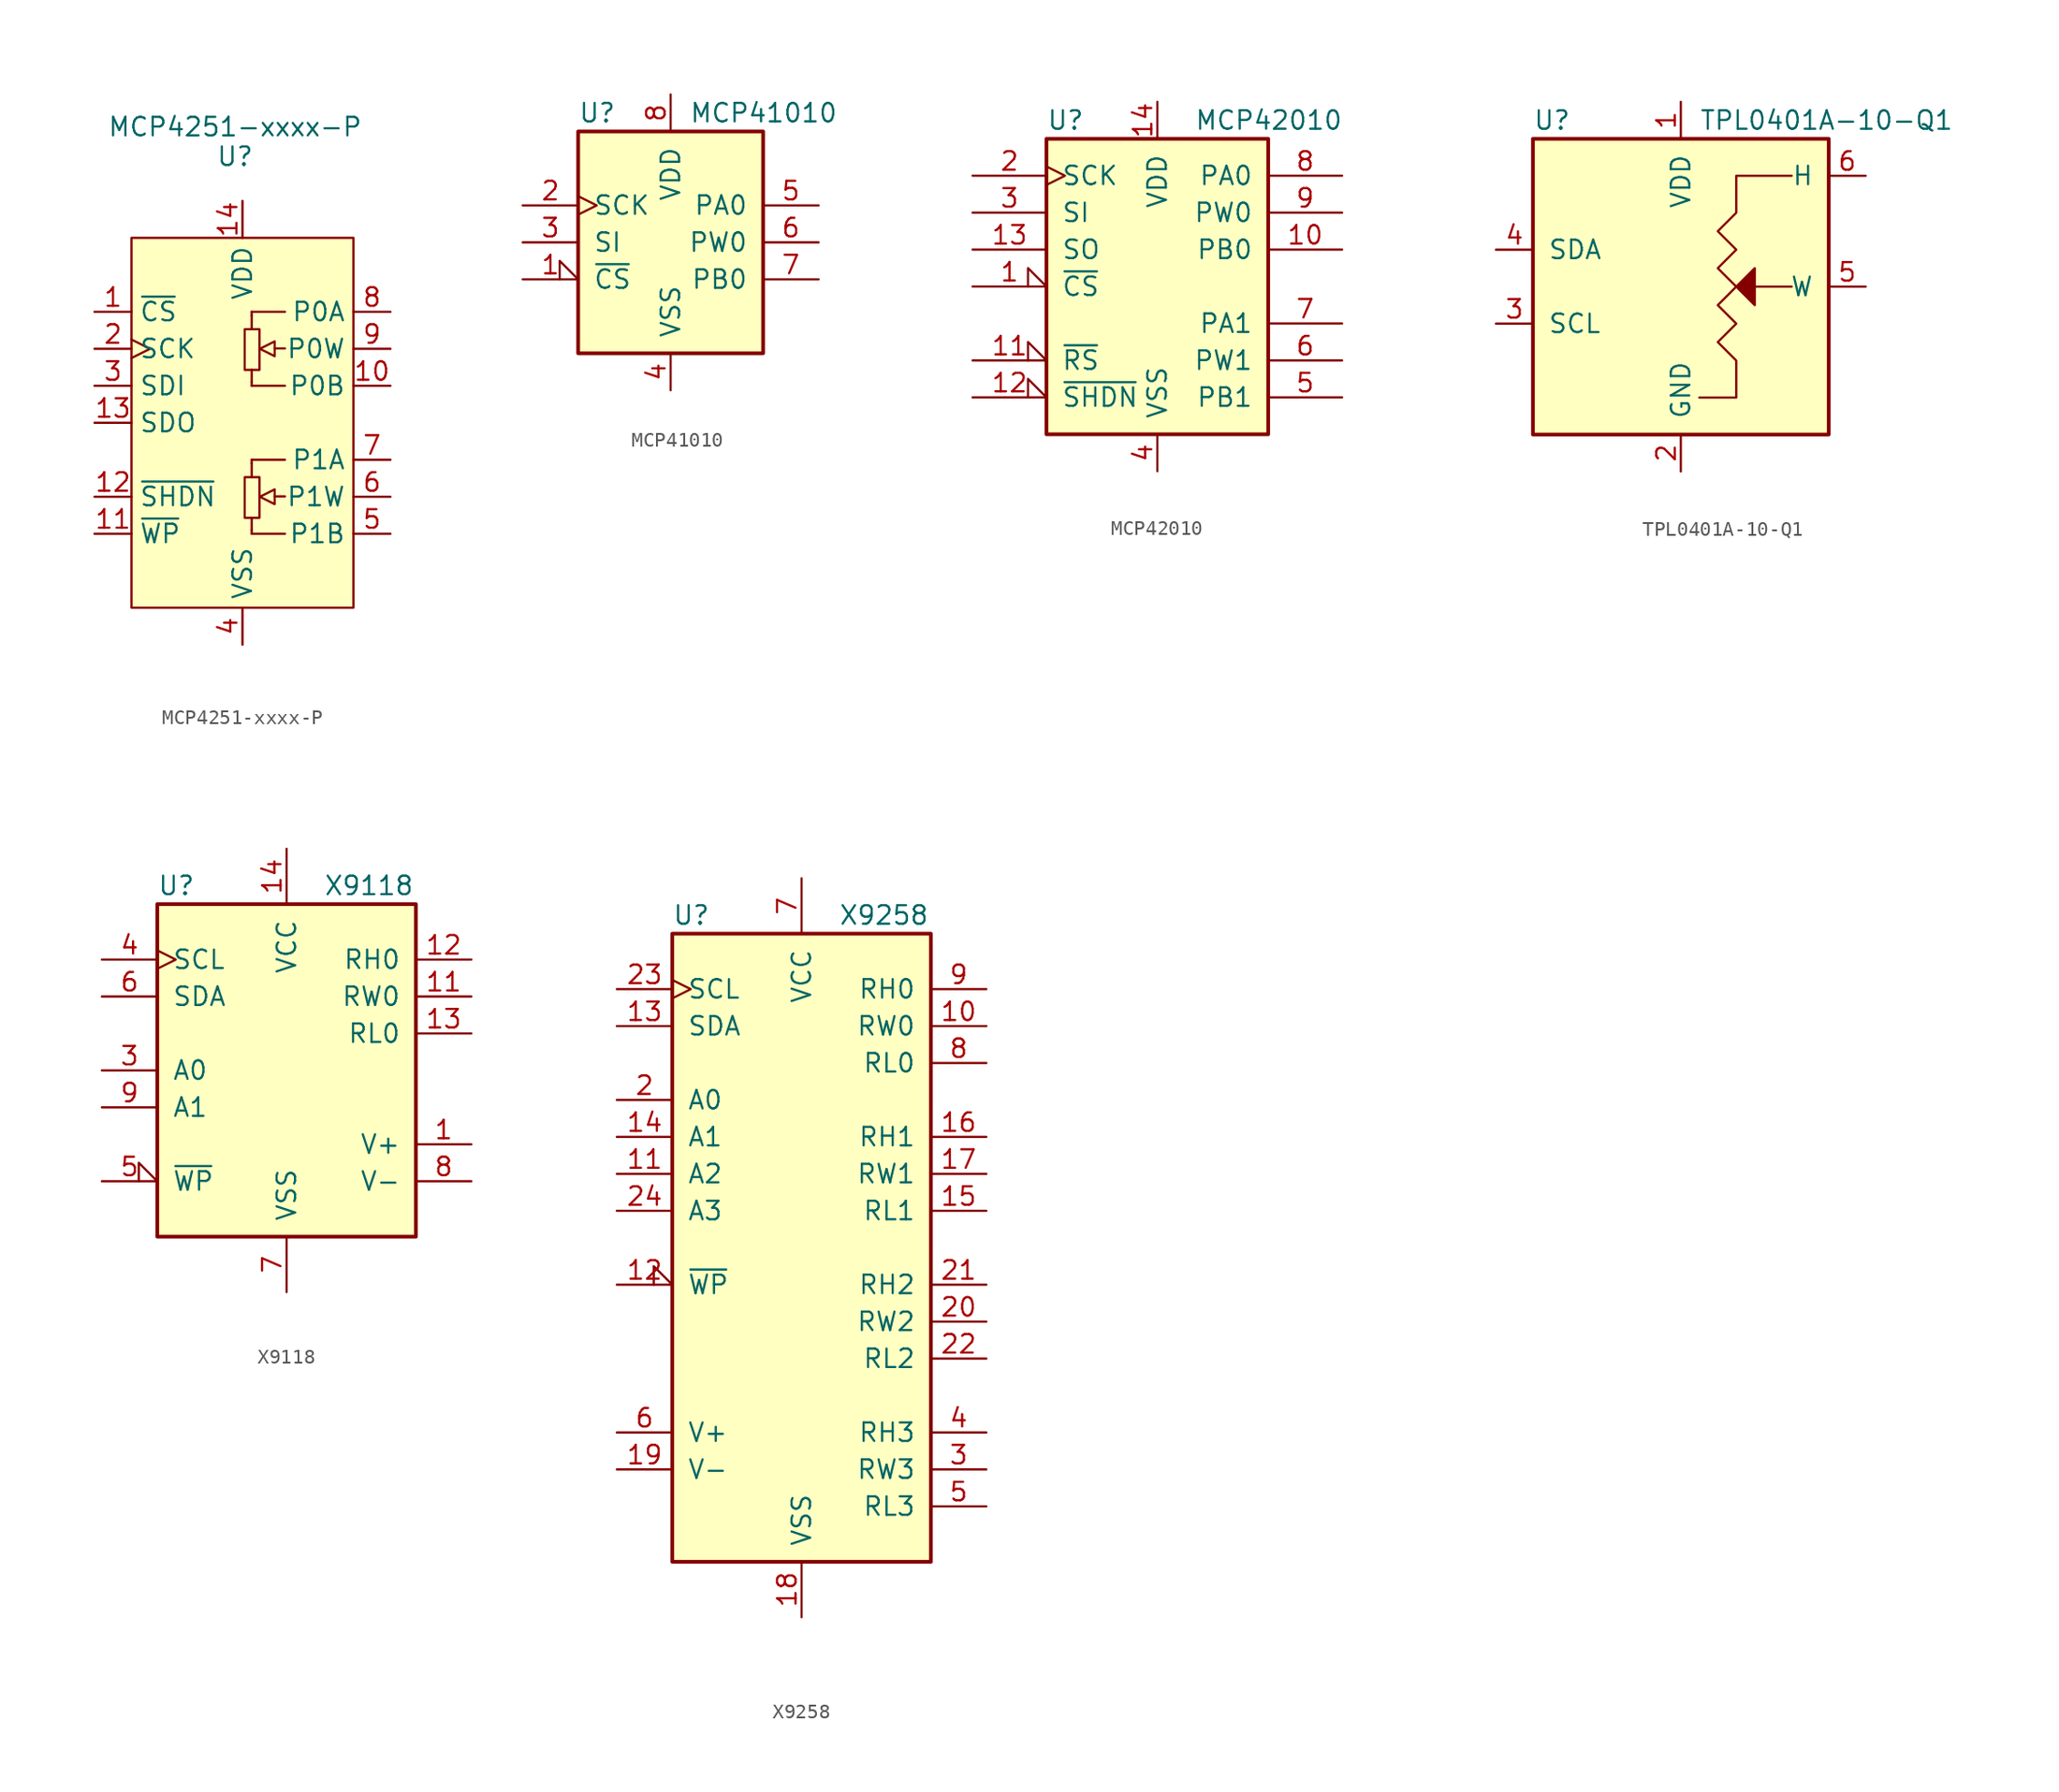
<source format=kicad_sym>
(kicad_symbol_lib
  (version 20200908)
  (generator kicad_symbol_editor)
  (symbol "Potentiometer_Digital:MCP4251-xxxx-P"
    (property "Reference" "U"
      (at -0.508 18.288 0)
      (effects (font (size 1.27 1.27))))
    (property "Value" "MCP4251-xxxx-P"
      (at -0.508 20.32 0)
      (effects (font (size 1.27 1.27))))
    (symbol "MCP4251-xxxx-P_1_1"
      (rectangle (start 0.152 -3.734) (end 1.168 -6.528) (stroke (width 0)) (fill (type none)))
      (rectangle (start 0.152 6.426) (end 1.168 3.632) (stroke (width 0)) (fill (type none)))
      (polyline (pts (xy 0.635 -7.366) (xy 0.635 -6.528)) (stroke (width 0)) (fill (type none)))
      (polyline (pts (xy 0.635 -2.769) (xy 0.635 -3.708)) (stroke (width 0)) (fill (type none)))
      (polyline (pts (xy 0.635 2.794) (xy 0.635 3.632)) (stroke (width 0)) (fill (type none)))
      (polyline (pts (xy 0.635 7.391) (xy 0.635 6.452)) (stroke (width 0)) (fill (type none)))
      (polyline (pts (xy 2.21 -5.055) (xy 2.921 -5.055)) (stroke (width 0)) (fill (type none)))
      (polyline (pts (xy 2.21 5.105) (xy 2.921 5.105)) (stroke (width 0)) (fill (type none)))
      (polyline (pts (xy 0.635 -7.62) (xy 0.635 -7.366) (xy 0.635 -7.366)) (stroke (width 0)) (fill (type background)))
      (polyline (pts (xy 0.635 -7.62) (xy 2.921 -7.62) (xy 2.921 -7.62)) (stroke (width 0)) (fill (type background)))
      (polyline (pts (xy 0.635 -2.54) (xy 0.635 -2.794) (xy 0.635 -2.794)) (stroke (width 0)) (fill (type none)))
      (polyline (pts (xy 0.635 -2.54) (xy 2.921 -2.54) (xy 2.921 -2.54)) (stroke (width 0)) (fill (type background)))
      (polyline (pts (xy 0.635 2.54) (xy 0.635 2.794) (xy 0.635 2.794)) (stroke (width 0)) (fill (type background)))
      (polyline (pts (xy 0.635 2.54) (xy 2.921 2.54) (xy 2.921 2.54)) (stroke (width 0)) (fill (type background)))
      (polyline (pts (xy 0.635 7.62) (xy 0.635 7.366) (xy 0.635 7.366)) (stroke (width 0)) (fill (type none)))
      (polyline (pts (xy 0.635 7.62) (xy 2.921 7.62) (xy 2.921 7.62)) (stroke (width 0)) (fill (type background)))
      (polyline (pts (xy 2.21 -4.572) (xy 2.21 -5.588) (xy 1.194 -5.08) (xy 2.21 -4.572) (xy 2.21 -4.572)) (stroke (width 0)) (fill (type background)))
      (polyline (pts (xy 2.21 5.588) (xy 2.21 4.572) (xy 1.194 5.08) (xy 2.21 5.588) (xy 2.21 5.588)) (stroke (width 0)) (fill (type background)))
      (pin input line (at -10.16 7.62 0) (length 2.54) (name "~CS" (effects (font (size 1.27 1.27)))) (number "1" (effects (font (size 1.27 1.27)))))
      (pin passive line (at 10.16 2.54 180) (length 2.54) (name "P0B" (effects (font (size 1.27 1.27)))) (number "10" (effects (font (size 1.27 1.27)))))
      (pin input line (at -10.16 -7.62 0) (length 2.54) (name "~WP" (effects (font (size 1.27 1.27)))) (number "11" (effects (font (size 1.27 1.27)))))
      (pin input line (at -10.16 -5.08 0) (length 2.54) (name "~SHDN" (effects (font (size 1.27 1.27)))) (number "12" (effects (font (size 1.27 1.27)))))
      (pin output line (at -10.16 0 0) (length 2.54) (name "SDO" (effects (font (size 1.27 1.27)))) (number "13" (effects (font (size 1.27 1.27)))))
      (pin power_in line (at 0 15.24 270) (length 2.54) (name "VDD" (effects (font (size 1.27 1.27)))) (number "14" (effects (font (size 1.27 1.27)))))
      (pin input clock (at -10.16 5.08 0) (length 2.54) (name "SCK" (effects (font (size 1.27 1.27)))) (number "2" (effects (font (size 1.27 1.27)))))
      (pin input line (at -10.16 2.54 0) (length 2.54) (name "SDI" (effects (font (size 1.27 1.27)))) (number "3" (effects (font (size 1.27 1.27)))))
      (pin power_in line (at 0 -15.24 90) (length 2.54) (name "VSS" (effects (font (size 1.27 1.27)))) (number "4" (effects (font (size 1.27 1.27)))))
      (pin passive line (at 10.16 -7.62 180) (length 2.54) (name "P1B" (effects (font (size 1.27 1.27)))) (number "5" (effects (font (size 1.27 1.27)))))
      (pin passive line (at 10.16 -5.08 180) (length 2.54) (name "P1W" (effects (font (size 1.27 1.27)))) (number "6" (effects (font (size 1.27 1.27)))))
      (pin passive line (at 10.16 -2.54 180) (length 2.54) (name "P1A" (effects (font (size 1.27 1.27)))) (number "7" (effects (font (size 1.27 1.27)))))
      (pin passive line (at 10.16 7.62 180) (length 2.54) (name "P0A" (effects (font (size 1.27 1.27)))) (number "8" (effects (font (size 1.27 1.27)))))
      (pin passive line (at 10.16 5.08 180) (length 2.54) (name "P0W" (effects (font (size 1.27 1.27)))) (number "9" (effects (font (size 1.27 1.27))))))
    (symbol "MCP4251-xxxx-P_0_1"
      (polyline (pts (xy 0 12.7) (xy 7.62 12.7) (xy 7.62 0) (xy 7.62 -12.7) (xy -7.62 -12.7) (xy -7.62 12.7) (xy 0 12.7)) (stroke (width 0)) (fill (type background)))))
  (symbol "Potentiometer_Digital:MCP41010"
    (pin_names
      (offset 1.016))
    (property "Reference" "U"
      (at -6.35 8.89 0)
      (effects (font (size 1.27 1.27)) (justify left)))
    (property "Value" "MCP41010"
      (at 1.27 8.89 0)
      (effects (font (size 1.27 1.27)) (justify left)))
    (symbol "MCP41010_0_1"
      (rectangle (start -6.35 7.62) (end 6.35 -7.62) (stroke (width 0.254)) (fill (type background))))
    (symbol "MCP41010_1_1"
      (pin input input_low (at -10.16 -2.54 0) (length 3.81) (name "~CS" (effects (font (size 1.27 1.27)))) (number "1" (effects (font (size 1.27 1.27)))))
      (pin passive clock (at -10.16 2.54 0) (length 3.81) (name "SCK" (effects (font (size 1.27 1.27)))) (number "2" (effects (font (size 1.27 1.27)))))
      (pin input line (at -10.16 0 0) (length 3.81) (name "SI" (effects (font (size 1.27 1.27)))) (number "3" (effects (font (size 1.27 1.27)))))
      (pin power_in line (at 0 -10.16 90) (length 2.54) (name "VSS" (effects (font (size 1.27 1.27)))) (number "4" (effects (font (size 1.27 1.27)))))
      (pin passive line (at 10.16 2.54 180) (length 3.81) (name "PA0" (effects (font (size 1.27 1.27)))) (number "5" (effects (font (size 1.27 1.27)))))
      (pin passive line (at 10.16 0 180) (length 3.81) (name "PW0" (effects (font (size 1.27 1.27)))) (number "6" (effects (font (size 1.27 1.27)))))
      (pin passive line (at 10.16 -2.54 180) (length 3.81) (name "PB0" (effects (font (size 1.27 1.27)))) (number "7" (effects (font (size 1.27 1.27)))))
      (pin power_in line (at 0 10.16 270) (length 2.54) (name "VDD" (effects (font (size 1.27 1.27)))) (number "8" (effects (font (size 1.27 1.27)))))))
  (symbol "Potentiometer_Digital:MCP42010"
    (pin_names
      (offset 1.016))
    (property "Reference" "U"
      (at -7.62 11.43 0)
      (effects (font (size 1.27 1.27)) (justify left)))
    (property "Value" "MCP42010"
      (at 2.54 11.43 0)
      (effects (font (size 1.27 1.27)) (justify left)))
    (symbol "MCP42010_0_1"
      (rectangle (start -7.62 10.16) (end 7.62 -10.16) (stroke (width 0.254)) (fill (type background))))
    (symbol "MCP42010_1_1"
      (pin input input_low (at -12.7 0 0) (length 5.08) (name "~CS" (effects (font (size 1.27 1.27)))) (number "1" (effects (font (size 1.27 1.27)))))
      (pin passive line (at 12.7 2.54 180) (length 5.08) (name "PB0" (effects (font (size 1.27 1.27)))) (number "10" (effects (font (size 1.27 1.27)))))
      (pin input input_low (at -12.7 -5.08 0) (length 5.08) (name "~RS" (effects (font (size 1.27 1.27)))) (number "11" (effects (font (size 1.27 1.27)))))
      (pin input input_low (at -12.7 -7.62 0) (length 5.08) (name "~SHDN" (effects (font (size 1.27 1.27)))) (number "12" (effects (font (size 1.27 1.27)))))
      (pin output line (at -12.7 2.54 0) (length 5.08) (name "SO" (effects (font (size 1.27 1.27)))) (number "13" (effects (font (size 1.27 1.27)))))
      (pin power_in line (at 0 12.7 270) (length 2.54) (name "VDD" (effects (font (size 1.27 1.27)))) (number "14" (effects (font (size 1.27 1.27)))))
      (pin input clock (at -12.7 7.62 0) (length 5.08) (name "SCK" (effects (font (size 1.27 1.27)))) (number "2" (effects (font (size 1.27 1.27)))))
      (pin input line (at -12.7 5.08 0) (length 5.08) (name "SI" (effects (font (size 1.27 1.27)))) (number "3" (effects (font (size 1.27 1.27)))))
      (pin power_in line (at 0 -12.7 90) (length 2.54) (name "VSS" (effects (font (size 1.27 1.27)))) (number "4" (effects (font (size 1.27 1.27)))))
      (pin passive line (at 12.7 -7.62 180) (length 5.08) (name "PB1" (effects (font (size 1.27 1.27)))) (number "5" (effects (font (size 1.27 1.27)))))
      (pin passive line (at 12.7 -5.08 180) (length 5.08) (name "PW1" (effects (font (size 1.27 1.27)))) (number "6" (effects (font (size 1.27 1.27)))))
      (pin passive line (at 12.7 -2.54 180) (length 5.08) (name "PA1" (effects (font (size 1.27 1.27)))) (number "7" (effects (font (size 1.27 1.27)))))
      (pin passive line (at 12.7 7.62 180) (length 5.08) (name "PA0" (effects (font (size 1.27 1.27)))) (number "8" (effects (font (size 1.27 1.27)))))
      (pin passive line (at 12.7 5.08 180) (length 5.08) (name "PW0" (effects (font (size 1.27 1.27)))) (number "9" (effects (font (size 1.27 1.27)))))))
  (symbol "Potentiometer_Digital:TPL0401A-10-Q1"
    (pin_names
      (offset 1.016))
    (property "Reference" "U"
      (at -10.16 11.43 0)
      (effects (font (size 1.27 1.27)) (justify left)))
    (property "Value" "TPL0401A-10-Q1"
      (at 1.27 11.43 0)
      (effects (font (size 1.27 1.27)) (justify left)))
    (symbol "TPL0401A-10-Q1_1_1"
      (rectangle (start -10.16 10.16) (end 10.16 -10.16) (stroke (width 0.254)) (fill (type background)))
      (pin power_in line (at 0 12.7 270) (length 2.54) (name "VDD" (effects (font (size 1.27 1.27)))) (number "1" (effects (font (size 1.27 1.27)))))
      (pin power_in line (at 0 -12.7 90) (length 2.54) (name "GND" (effects (font (size 1.27 1.27)))) (number "2" (effects (font (size 1.27 1.27)))))
      (pin input line (at -12.7 -2.54 0) (length 2.54) (name "SCL" (effects (font (size 1.27 1.27)))) (number "3" (effects (font (size 1.27 1.27)))))
      (pin bidirectional line (at -12.7 2.54 0) (length 2.54) (name "SDA" (effects (font (size 1.27 1.27)))) (number "4" (effects (font (size 1.27 1.27)))))
      (pin passive line (at 12.7 0 180) (length 2.54) (name "W" (effects (font (size 1.27 1.27)))) (number "5" (effects (font (size 1.27 1.27)))))
      (pin passive line (at 12.7 7.62 180) (length 2.54) (name "H" (effects (font (size 1.27 1.27)))) (number "6" (effects (font (size 1.27 1.27))))))
    (symbol "TPL0401A-10-Q1_0_1"
      (polyline (pts (xy 7.62 0) (xy 5.08 0)) (stroke (width 0)) (fill (type none)))
      (polyline (pts (xy 5.08 -1.27) (xy 5.08 1.27) (xy 3.81 0) (xy 5.08 -1.27) (xy 5.08 -1.27)) (stroke (width 0)) (fill (type outline)))
      (polyline (pts (xy 7.62 7.62) (xy 3.81 7.62) (xy 3.81 5.08) (xy 2.54 3.81) (xy 3.81 2.54) (xy 2.54 1.27) (xy 3.81 0) (xy 2.54 -1.27) (xy 3.81 -2.54) (xy 2.54 -3.81) (xy 3.81 -5.08) (xy 3.81 -7.62) (xy 1.27 -7.62)) (stroke (width 0)) (fill (type none)))))
  (symbol "Potentiometer_Digital:X9118"
    (pin_names
      (offset 1.016))
    (property "Reference" "U"
      (at -8.89 12.7 0)
      (effects (font (size 1.27 1.27)) (justify left)))
    (property "Value" "X9118"
      (at 2.54 12.7 0)
      (effects (font (size 1.27 1.27)) (justify left)))
    (symbol "X9118_0_1"
      (rectangle (start -8.89 11.43) (end 8.89 -11.43) (stroke (width 0.254)) (fill (type background))))
    (symbol "X9118_0_0"
      (pin passive line (at 12.7 -5.08 180) (length 3.81) (name "V+" (effects (font (size 1.27 1.27)))) (number "1" (effects (font (size 1.27 1.27)))))
      (pin power_in line (at 0 15.24 270) (length 3.81) (name "VCC" (effects (font (size 1.27 1.27)))) (number "14" (effects (font (size 1.27 1.27)))))
      (pin input line (at -12.7 0 0) (length 3.81) (name "A0" (effects (font (size 1.27 1.27)))) (number "3" (effects (font (size 1.27 1.27)))))
      (pin input clock (at -12.7 7.62 0) (length 3.81) (name "SCL" (effects (font (size 1.27 1.27)))) (number "4" (effects (font (size 1.27 1.27)))))
      (pin bidirectional line (at -12.7 5.08 0) (length 3.81) (name "SDA" (effects (font (size 1.27 1.27)))) (number "6" (effects (font (size 1.27 1.27)))))
      (pin power_in line (at 0 -15.24 90) (length 3.81) (name "VSS" (effects (font (size 1.27 1.27)))) (number "7" (effects (font (size 1.27 1.27)))))
      (pin passive line (at 12.7 -7.62 180) (length 3.81) (name "V-" (effects (font (size 1.27 1.27)))) (number "8" (effects (font (size 1.27 1.27)))))
      (pin input line (at -12.7 -2.54 0) (length 3.81) (name "A1" (effects (font (size 1.27 1.27)))) (number "9" (effects (font (size 1.27 1.27))))))
    (symbol "X9118_1_1"
      (pin passive line (at 12.7 5.08 180) (length 3.81) (name "RW0" (effects (font (size 1.27 1.27)))) (number "11" (effects (font (size 1.27 1.27)))))
      (pin passive line (at 12.7 7.62 180) (length 3.81) (name "RH0" (effects (font (size 1.27 1.27)))) (number "12" (effects (font (size 1.27 1.27)))))
      (pin passive line (at 12.7 2.54 180) (length 3.81) (name "RL0" (effects (font (size 1.27 1.27)))) (number "13" (effects (font (size 1.27 1.27)))))
      (pin input input_low (at -12.7 -7.62 0) (length 3.81) (name "~WP" (effects (font (size 1.27 1.27)))) (number "5" (effects (font (size 1.27 1.27)))))))
  (symbol "Potentiometer_Digital:X9258"
    (pin_names
      (offset 1.016))
    (property "Reference" "U"
      (at -8.89 22.86 0)
      (effects (font (size 1.27 1.27)) (justify left)))
    (property "Value" "X9258"
      (at 2.54 22.86 0)
      (effects (font (size 1.27 1.27)) (justify left)))
    (symbol "X9258_0_1"
      (rectangle (start -8.89 21.59) (end 8.89 -21.59) (stroke (width 0.254)) (fill (type background))))
    (symbol "X9258_0_0"
      (pin input line (at -12.7 5.08 0) (length 3.81) (name "A2" (effects (font (size 1.27 1.27)))) (number "11" (effects (font (size 1.27 1.27)))))
      (pin bidirectional line (at -12.7 15.24 0) (length 3.81) (name "SDA" (effects (font (size 1.27 1.27)))) (number "13" (effects (font (size 1.27 1.27)))))
      (pin input line (at -12.7 7.62 0) (length 3.81) (name "A1" (effects (font (size 1.27 1.27)))) (number "14" (effects (font (size 1.27 1.27)))))
      (pin power_in line (at 0 -25.4 90) (length 3.81) (name "VSS" (effects (font (size 1.27 1.27)))) (number "18" (effects (font (size 1.27 1.27)))))
      (pin passive line (at -12.7 -15.24 0) (length 3.81) (name "V-" (effects (font (size 1.27 1.27)))) (number "19" (effects (font (size 1.27 1.27)))))
      (pin input line (at -12.7 10.16 0) (length 3.81) (name "A0" (effects (font (size 1.27 1.27)))) (number "2" (effects (font (size 1.27 1.27)))))
      (pin input clock (at -12.7 17.78 0) (length 3.81) (name "SCL" (effects (font (size 1.27 1.27)))) (number "23" (effects (font (size 1.27 1.27)))))
      (pin input line (at -12.7 2.54 0) (length 3.81) (name "A3" (effects (font (size 1.27 1.27)))) (number "24" (effects (font (size 1.27 1.27)))))
      (pin passive line (at -12.7 -12.7 0) (length 3.81) (name "V+" (effects (font (size 1.27 1.27)))) (number "6" (effects (font (size 1.27 1.27)))))
      (pin power_in line (at 0 25.4 270) (length 3.81) (name "VCC" (effects (font (size 1.27 1.27)))) (number "7" (effects (font (size 1.27 1.27))))))
    (symbol "X9258_1_1"
      (pin passive line (at 12.7 15.24 180) (length 3.81) (name "RW0" (effects (font (size 1.27 1.27)))) (number "10" (effects (font (size 1.27 1.27)))))
      (pin input input_low (at -12.7 -2.54 0) (length 3.81) (name "~WP" (effects (font (size 1.27 1.27)))) (number "12" (effects (font (size 1.27 1.27)))))
      (pin passive line (at 12.7 2.54 180) (length 3.81) (name "RL1" (effects (font (size 1.27 1.27)))) (number "15" (effects (font (size 1.27 1.27)))))
      (pin passive line (at 12.7 7.62 180) (length 3.81) (name "RH1" (effects (font (size 1.27 1.27)))) (number "16" (effects (font (size 1.27 1.27)))))
      (pin passive line (at 12.7 5.08 180) (length 3.81) (name "RW1" (effects (font (size 1.27 1.27)))) (number "17" (effects (font (size 1.27 1.27)))))
      (pin passive line (at 12.7 -5.08 180) (length 3.81) (name "RW2" (effects (font (size 1.27 1.27)))) (number "20" (effects (font (size 1.27 1.27)))))
      (pin passive line (at 12.7 -2.54 180) (length 3.81) (name "RH2" (effects (font (size 1.27 1.27)))) (number "21" (effects (font (size 1.27 1.27)))))
      (pin passive line (at 12.7 -7.62 180) (length 3.81) (name "RL2" (effects (font (size 1.27 1.27)))) (number "22" (effects (font (size 1.27 1.27)))))
      (pin passive line (at 12.7 -15.24 180) (length 3.81) (name "RW3" (effects (font (size 1.27 1.27)))) (number "3" (effects (font (size 1.27 1.27)))))
      (pin passive line (at 12.7 -12.7 180) (length 3.81) (name "RH3" (effects (font (size 1.27 1.27)))) (number "4" (effects (font (size 1.27 1.27)))))
      (pin passive line (at 12.7 -17.78 180) (length 3.81) (name "RL3" (effects (font (size 1.27 1.27)))) (number "5" (effects (font (size 1.27 1.27)))))
      (pin passive line (at 12.7 12.7 180) (length 3.81) (name "RL0" (effects (font (size 1.27 1.27)))) (number "8" (effects (font (size 1.27 1.27)))))
      (pin passive line (at 12.7 17.78 180) (length 3.81) (name "RH0" (effects (font (size 1.27 1.27)))) (number "9" (effects (font (size 1.27 1.27))))))))
</source>
